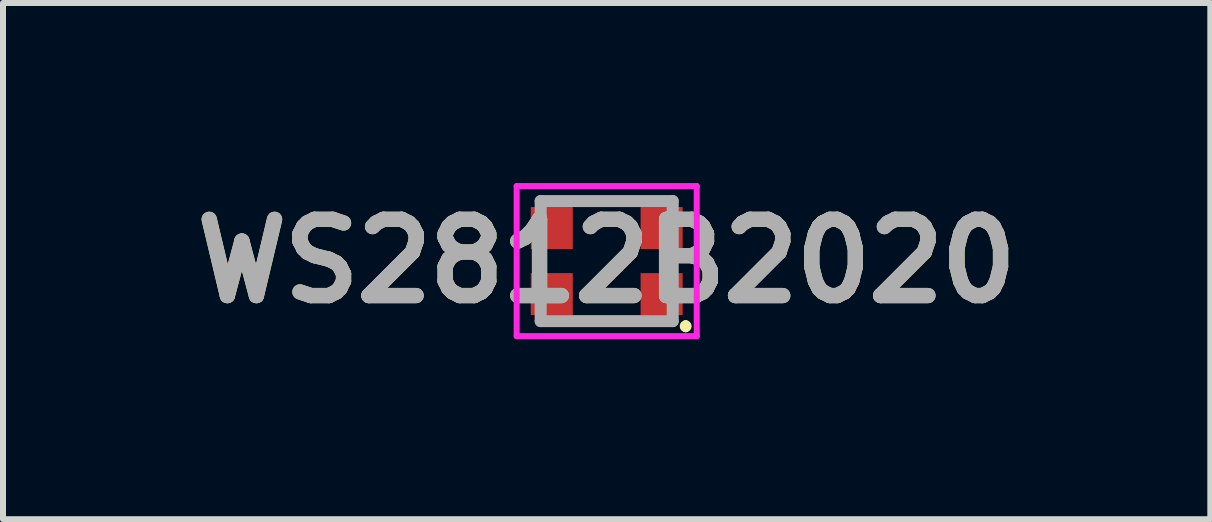
<source format=kicad_pcb>
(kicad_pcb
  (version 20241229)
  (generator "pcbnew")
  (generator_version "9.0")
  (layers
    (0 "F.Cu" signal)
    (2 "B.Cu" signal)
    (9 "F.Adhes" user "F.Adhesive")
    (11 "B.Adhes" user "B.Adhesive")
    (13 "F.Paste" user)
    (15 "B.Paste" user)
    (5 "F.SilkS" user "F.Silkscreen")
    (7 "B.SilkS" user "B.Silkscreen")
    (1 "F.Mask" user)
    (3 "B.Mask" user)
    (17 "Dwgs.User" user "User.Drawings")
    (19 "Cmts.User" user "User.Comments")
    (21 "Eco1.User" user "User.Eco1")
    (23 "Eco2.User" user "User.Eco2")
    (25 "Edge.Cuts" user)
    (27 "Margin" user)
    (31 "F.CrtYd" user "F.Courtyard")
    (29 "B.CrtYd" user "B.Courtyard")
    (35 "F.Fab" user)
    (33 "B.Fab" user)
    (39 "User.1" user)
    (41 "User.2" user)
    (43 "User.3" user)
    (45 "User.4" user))
  (footprint "WS2812B2020"
    (layer "F.Cu")
    (at 7.058 1.3)
    (property "Reference" "WS2812B2020" (at 0 0 0) (layer "F.SilkS") (effects (font (size 1.27 1.27) (thickness 0.254))))
    (attr smd)
    (fp_line (start 1.316 1.035) (end 1.316 1.035) (stroke (width 0.1) (type solid)) (layer "F.SilkS"))
    (fp_line (start 1.316 1.135) (end 1.316 1.135) (stroke (width 0.1) (type solid)) (layer "F.SilkS"))
    (fp_arc (start 1.315765 1.035468) (mid 1.365765 1.085468) (end 1.315765 1.135468) (stroke (width 0.1) (type solid)) (layer "F.SilkS"))
    (fp_arc (start 1.315765 1.135468) (mid 1.265765 1.085468) (end 1.315765 1.035468) (stroke (width 0.1) (type solid)) (layer "F.SilkS"))
    (fp_line (start -1.5 -1.25) (end 1.5 -1.25) (stroke (width 0.1) (type solid)) (layer "F.CrtYd"))
    (fp_line (start -1.5 1.25) (end -1.5 -1.25) (stroke (width 0.1) (type solid)) (layer "F.CrtYd"))
    (fp_line (start 1.5 -1.25) (end 1.5 1.25) (stroke (width 0.1) (type solid)) (layer "F.CrtYd"))
    (fp_line (start 1.5 1.25) (end -1.5 1.25) (stroke (width 0.1) (type solid)) (layer "F.CrtYd"))
    (fp_line (start -1.1 -1) (end 1.1 -1) (stroke (width 0.2) (type solid)) (layer "F.Fab"))
    (fp_line (start -1.1 1) (end -1.1 -1) (stroke (width 0.2) (type solid)) (layer "F.Fab"))
    (fp_line (start 1.1 -1) (end 1.1 1) (stroke (width 0.2) (type solid)) (layer "F.Fab"))
    (fp_line (start 1.1 1) (end -1.1 1) (stroke (width 0.2) (type solid)) (layer "F.Fab"))
    (fp_text user "${REFERENCE}" (at 0 0 0) (layer "F.Fab") (effects (font (size 1.27 1.27) (thickness 0.254))))
    (pad "1" smd rect (at 0.915 0.55 90) (size 0.7 0.7) (layers "F.Cu" "F.Mask" "F.Paste"))
    (pad "2" smd rect (at 0.915 -0.55 90) (size 0.7 0.7) (layers "F.Cu" "F.Mask" "F.Paste"))
    (pad "3" smd rect (at -0.915 -0.55 90) (size 0.7 0.7) (layers "F.Cu" "F.Mask" "F.Paste"))
    (pad "4" smd rect (at -0.915 0.55 90) (size 0.7 0.7) (layers "F.Cu" "F.Mask" "F.Paste")))
  (gr_rect
    (start -3 -3)
    (end 17.115 5.6)
    (stroke (width 0.1) (type default))
    (fill no)
    (layer "Edge.Cuts")))
</source>
